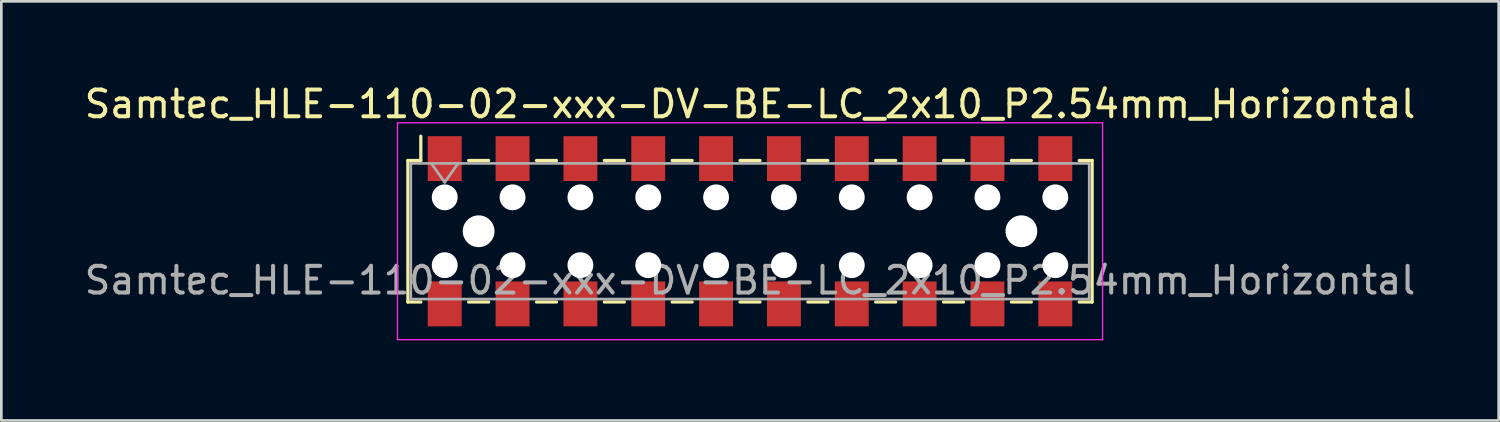
<source format=kicad_pcb>
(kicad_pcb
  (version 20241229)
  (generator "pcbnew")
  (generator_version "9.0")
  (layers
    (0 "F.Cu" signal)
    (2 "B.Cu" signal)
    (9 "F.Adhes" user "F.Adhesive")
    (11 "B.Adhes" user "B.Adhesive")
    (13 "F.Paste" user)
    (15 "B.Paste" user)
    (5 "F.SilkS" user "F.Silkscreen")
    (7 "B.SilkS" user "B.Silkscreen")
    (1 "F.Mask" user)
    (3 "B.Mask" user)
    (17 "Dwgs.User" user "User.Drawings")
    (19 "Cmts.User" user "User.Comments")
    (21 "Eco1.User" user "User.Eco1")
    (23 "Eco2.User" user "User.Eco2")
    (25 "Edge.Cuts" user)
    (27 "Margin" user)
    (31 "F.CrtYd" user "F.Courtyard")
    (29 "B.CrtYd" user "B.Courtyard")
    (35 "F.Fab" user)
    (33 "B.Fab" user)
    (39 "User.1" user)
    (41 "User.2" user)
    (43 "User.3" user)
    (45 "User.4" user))
  (footprint "Samtec_HLE-110-02-xxx-DV-BE-LC_2x10_P2.54mm_Horizontal"
    (layer "F.Cu")
    (at 25.03 5.608)
    (property "Reference" "Samtec_HLE-110-02-xxx-DV-BE-LC_2x10_P2.54mm_Horizontal" (at 0 -4.76 0) (layer "F.SilkS") (effects (font (size 1 1) (thickness 0.15))))
    (attr smd)
    (fp_line (start -12.81 -2.65) (end -12.81 2.65) (stroke (width 0.12) (type solid)) (layer "F.SilkS"))
    (fp_line (start -12.81 2.65) (end -12.325 2.65) (stroke (width 0.12) (type solid)) (layer "F.SilkS"))
    (fp_line (start -12.325 -3.56) (end -12.325 -2.65) (stroke (width 0.12) (type solid)) (layer "F.SilkS"))
    (fp_line (start -12.325 -2.65) (end -12.81 -2.65) (stroke (width 0.12) (type solid)) (layer "F.SilkS"))
    (fp_line (start -10.535 -2.65) (end -9.785 -2.65) (stroke (width 0.12) (type solid)) (layer "F.SilkS"))
    (fp_line (start -10.535 2.65) (end -9.785 2.65) (stroke (width 0.12) (type solid)) (layer "F.SilkS"))
    (fp_line (start -7.995 -2.65) (end -7.245 -2.65) (stroke (width 0.12) (type solid)) (layer "F.SilkS"))
    (fp_line (start -7.995 2.65) (end -7.245 2.65) (stroke (width 0.12) (type solid)) (layer "F.SilkS"))
    (fp_line (start -5.455 -2.65) (end -4.705 -2.65) (stroke (width 0.12) (type solid)) (layer "F.SilkS"))
    (fp_line (start -5.455 2.65) (end -4.705 2.65) (stroke (width 0.12) (type solid)) (layer "F.SilkS"))
    (fp_line (start -2.915 -2.65) (end -2.165 -2.65) (stroke (width 0.12) (type solid)) (layer "F.SilkS"))
    (fp_line (start -2.915 2.65) (end -2.165 2.65) (stroke (width 0.12) (type solid)) (layer "F.SilkS"))
    (fp_line (start -0.375 -2.65) (end 0.375 -2.65) (stroke (width 0.12) (type solid)) (layer "F.SilkS"))
    (fp_line (start -0.375 2.65) (end 0.375 2.65) (stroke (width 0.12) (type solid)) (layer "F.SilkS"))
    (fp_line (start 2.165 -2.65) (end 2.915 -2.65) (stroke (width 0.12) (type solid)) (layer "F.SilkS"))
    (fp_line (start 2.165 2.65) (end 2.915 2.65) (stroke (width 0.12) (type solid)) (layer "F.SilkS"))
    (fp_line (start 4.705 -2.65) (end 5.455 -2.65) (stroke (width 0.12) (type solid)) (layer "F.SilkS"))
    (fp_line (start 4.705 2.65) (end 5.455 2.65) (stroke (width 0.12) (type solid)) (layer "F.SilkS"))
    (fp_line (start 7.245 -2.65) (end 7.995 -2.65) (stroke (width 0.12) (type solid)) (layer "F.SilkS"))
    (fp_line (start 7.245 2.65) (end 7.995 2.65) (stroke (width 0.12) (type solid)) (layer "F.SilkS"))
    (fp_line (start 9.785 -2.65) (end 10.535 -2.65) (stroke (width 0.12) (type solid)) (layer "F.SilkS"))
    (fp_line (start 9.785 2.65) (end 10.535 2.65) (stroke (width 0.12) (type solid)) (layer "F.SilkS"))
    (fp_line (start 12.325 -2.65) (end 12.81 -2.65) (stroke (width 0.12) (type solid)) (layer "F.SilkS"))
    (fp_line (start 12.81 -2.65) (end 12.81 2.65) (stroke (width 0.12) (type solid)) (layer "F.SilkS"))
    (fp_line (start 12.81 2.65) (end 12.325 2.65) (stroke (width 0.12) (type solid)) (layer "F.SilkS"))
    (fp_line (start -13.2 -4.06) (end 13.2 -4.06) (stroke (width 0.05) (type solid)) (layer "F.CrtYd"))
    (fp_line (start -13.2 4.06) (end -13.2 -4.06) (stroke (width 0.05) (type solid)) (layer "F.CrtYd"))
    (fp_line (start 13.2 -4.06) (end 13.2 4.06) (stroke (width 0.05) (type solid)) (layer "F.CrtYd"))
    (fp_line (start 13.2 4.06) (end -13.2 4.06) (stroke (width 0.05) (type solid)) (layer "F.CrtYd"))
    (fp_line (start -12.7 -2.54) (end 12.7 -2.54) (stroke (width 0.1) (type solid)) (layer "F.Fab"))
    (fp_line (start -12.7 2.54) (end -12.7 -2.54) (stroke (width 0.1) (type solid)) (layer "F.Fab"))
    (fp_line (start -11.93 -2.54) (end -11.43 -1.833) (stroke (width 0.1) (type solid)) (layer "F.Fab"))
    (fp_line (start -11.43 -1.833) (end -10.93 -2.54) (stroke (width 0.1) (type solid)) (layer "F.Fab"))
    (fp_line (start 12.7 -2.54) (end 12.7 2.54) (stroke (width 0.1) (type solid)) (layer "F.Fab"))
    (fp_line (start 12.7 2.54) (end -12.7 2.54) (stroke (width 0.1) (type solid)) (layer "F.Fab"))
    (fp_text user "${REFERENCE}" (at 0 1.84 0) (layer "F.Fab") (effects (font (size 1 1) (thickness 0.15))))
    (pad "" np_thru_hole circle (at -11.43 -1.27) (size 0.97 0.97) (drill 0.97) (layers "*.Cu" "*.Mask"))
    (pad "" np_thru_hole circle (at -11.43 1.27) (size 0.97 0.97) (drill 0.97) (layers "*.Cu" "*.Mask"))
    (pad "" np_thru_hole circle (at -10.16 0) (size 1.19 1.19) (drill 1.19) (layers "*.Cu" "*.Mask"))
    (pad "" np_thru_hole circle (at -8.89 -1.27) (size 0.97 0.97) (drill 0.97) (layers "*.Cu" "*.Mask"))
    (pad "" np_thru_hole circle (at -8.89 1.27) (size 0.97 0.97) (drill 0.97) (layers "*.Cu" "*.Mask"))
    (pad "" np_thru_hole circle (at -6.35 -1.27) (size 0.97 0.97) (drill 0.97) (layers "*.Cu" "*.Mask"))
    (pad "" np_thru_hole circle (at -6.35 1.27) (size 0.97 0.97) (drill 0.97) (layers "*.Cu" "*.Mask"))
    (pad "" np_thru_hole circle (at -3.81 -1.27) (size 0.97 0.97) (drill 0.97) (layers "*.Cu" "*.Mask"))
    (pad "" np_thru_hole circle (at -3.81 1.27) (size 0.97 0.97) (drill 0.97) (layers "*.Cu" "*.Mask"))
    (pad "" np_thru_hole circle (at -1.27 -1.27) (size 0.97 0.97) (drill 0.97) (layers "*.Cu" "*.Mask"))
    (pad "" np_thru_hole circle (at -1.27 1.27) (size 0.97 0.97) (drill 0.97) (layers "*.Cu" "*.Mask"))
    (pad "" np_thru_hole circle (at 1.27 -1.27) (size 0.97 0.97) (drill 0.97) (layers "*.Cu" "*.Mask"))
    (pad "" np_thru_hole circle (at 1.27 1.27) (size 0.97 0.97) (drill 0.97) (layers "*.Cu" "*.Mask"))
    (pad "" np_thru_hole circle (at 3.81 -1.27) (size 0.97 0.97) (drill 0.97) (layers "*.Cu" "*.Mask"))
    (pad "" np_thru_hole circle (at 3.81 1.27) (size 0.97 0.97) (drill 0.97) (layers "*.Cu" "*.Mask"))
    (pad "" np_thru_hole circle (at 6.35 -1.27) (size 0.97 0.97) (drill 0.97) (layers "*.Cu" "*.Mask"))
    (pad "" np_thru_hole circle (at 6.35 1.27) (size 0.97 0.97) (drill 0.97) (layers "*.Cu" "*.Mask"))
    (pad "" np_thru_hole circle (at 8.89 -1.27) (size 0.97 0.97) (drill 0.97) (layers "*.Cu" "*.Mask"))
    (pad "" np_thru_hole circle (at 8.89 1.27) (size 0.97 0.97) (drill 0.97) (layers "*.Cu" "*.Mask"))
    (pad "" np_thru_hole circle (at 10.16 0) (size 1.19 1.19) (drill 1.19) (layers "*.Cu" "*.Mask"))
    (pad "" np_thru_hole circle (at 11.43 -1.27) (size 0.97 0.97) (drill 0.97) (layers "*.Cu" "*.Mask"))
    (pad "" np_thru_hole circle (at 11.43 1.27) (size 0.97 0.97) (drill 0.97) (layers "*.Cu" "*.Mask"))
    (pad "1" smd rect (at -11.43 -2.72) (size 1.27 1.68) (layers "F.Cu" "F.Mask" "F.Paste"))
    (pad "2" smd rect (at -11.43 2.72) (size 1.27 1.68) (layers "F.Cu" "F.Mask" "F.Paste"))
    (pad "3" smd rect (at -8.89 -2.72) (size 1.27 1.68) (layers "F.Cu" "F.Mask" "F.Paste"))
    (pad "4" smd rect (at -8.89 2.72) (size 1.27 1.68) (layers "F.Cu" "F.Mask" "F.Paste"))
    (pad "5" smd rect (at -6.35 -2.72) (size 1.27 1.68) (layers "F.Cu" "F.Mask" "F.Paste"))
    (pad "6" smd rect (at -6.35 2.72) (size 1.27 1.68) (layers "F.Cu" "F.Mask" "F.Paste"))
    (pad "7" smd rect (at -3.81 -2.72) (size 1.27 1.68) (layers "F.Cu" "F.Mask" "F.Paste"))
    (pad "8" smd rect (at -3.81 2.72) (size 1.27 1.68) (layers "F.Cu" "F.Mask" "F.Paste"))
    (pad "9" smd rect (at -1.27 -2.72) (size 1.27 1.68) (layers "F.Cu" "F.Mask" "F.Paste"))
    (pad "10" smd rect (at -1.27 2.72) (size 1.27 1.68) (layers "F.Cu" "F.Mask" "F.Paste"))
    (pad "11" smd rect (at 1.27 -2.72) (size 1.27 1.68) (layers "F.Cu" "F.Mask" "F.Paste"))
    (pad "12" smd rect (at 1.27 2.72) (size 1.27 1.68) (layers "F.Cu" "F.Mask" "F.Paste"))
    (pad "13" smd rect (at 3.81 -2.72) (size 1.27 1.68) (layers "F.Cu" "F.Mask" "F.Paste"))
    (pad "14" smd rect (at 3.81 2.72) (size 1.27 1.68) (layers "F.Cu" "F.Mask" "F.Paste"))
    (pad "15" smd rect (at 6.35 -2.72) (size 1.27 1.68) (layers "F.Cu" "F.Mask" "F.Paste"))
    (pad "16" smd rect (at 6.35 2.72) (size 1.27 1.68) (layers "F.Cu" "F.Mask" "F.Paste"))
    (pad "17" smd rect (at 8.89 -2.72) (size 1.27 1.68) (layers "F.Cu" "F.Mask" "F.Paste"))
    (pad "18" smd rect (at 8.89 2.72) (size 1.27 1.68) (layers "F.Cu" "F.Mask" "F.Paste"))
    (pad "19" smd rect (at 11.43 -2.72) (size 1.27 1.68) (layers "F.Cu" "F.Mask" "F.Paste"))
    (pad "20" smd rect (at 11.43 2.72) (size 1.27 1.68) (layers "F.Cu" "F.Mask" "F.Paste")))
  (gr_rect
    (start -3 -3)
    (end 53.06 12.693)
    (stroke (width 0.1) (type default))
    (fill no)
    (layer "Edge.Cuts")))
</source>
